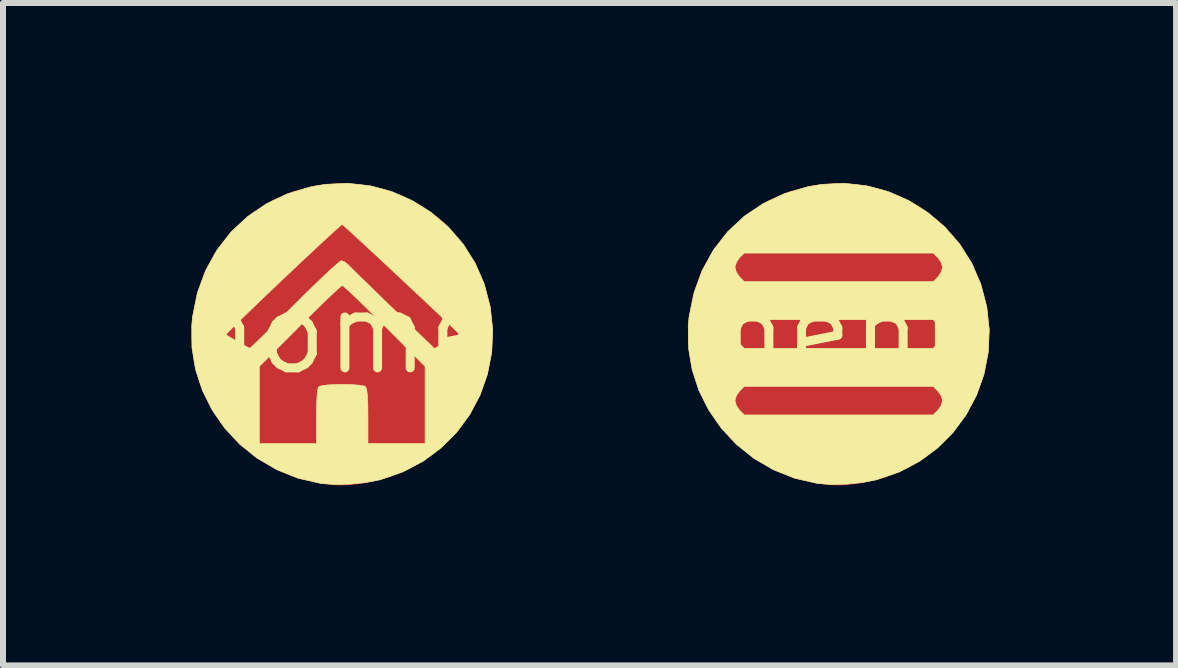
<source format=kicad_pcb>
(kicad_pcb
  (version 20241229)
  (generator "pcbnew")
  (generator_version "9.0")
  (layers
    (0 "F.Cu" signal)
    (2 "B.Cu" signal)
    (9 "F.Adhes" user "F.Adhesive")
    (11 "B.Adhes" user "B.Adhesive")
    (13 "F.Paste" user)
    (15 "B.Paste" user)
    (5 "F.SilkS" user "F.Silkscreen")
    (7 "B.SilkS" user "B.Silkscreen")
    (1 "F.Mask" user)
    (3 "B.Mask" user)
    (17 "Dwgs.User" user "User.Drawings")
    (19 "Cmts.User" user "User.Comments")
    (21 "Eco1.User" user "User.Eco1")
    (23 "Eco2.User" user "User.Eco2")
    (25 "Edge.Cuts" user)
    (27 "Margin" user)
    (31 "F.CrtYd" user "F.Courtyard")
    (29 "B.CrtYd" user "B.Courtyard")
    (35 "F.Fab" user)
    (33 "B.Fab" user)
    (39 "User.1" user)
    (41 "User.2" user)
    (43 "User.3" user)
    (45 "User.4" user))
  (footprint "home"
    (layer "F.Cu")
    (at 2.638 2.501)
    (property "Reference" "home" (at 0 0 0) (layer "F.SilkS") (effects (font (size 1.27 1.27) (thickness 0.15))))
    (attr through_hole)
    (fp_poly (pts (xy 0.487 -2.454) (xy 0.847 -2.356) (xy 1.187 -2.206) (xy 1.503 -2.008) (xy 1.786 -1.766) (xy 2.032 -1.483) (xy 2.233 -1.164) (xy 2.383 -0.818) (xy 2.483 -0.433) (xy 2.524 -0.05) (xy 2.507 0.326) (xy 2.436 0.69) (xy 2.313 1.036) (xy 2.142 1.359) (xy 1.925 1.654) (xy 1.665 1.915) (xy 1.365 2.137) (xy 1.027 2.315) (xy 0.656 2.443) (xy 0.642 2.447) (xy 0.407 2.492) (xy 0.148 2.518) (xy -0.11 2.524) (xy -0.338 2.507) (xy -0.349 2.505) (xy -0.726 2.418) (xy -1.077 2.277) (xy -1.4 2.088) (xy -1.688 1.857) (xy -1.94 1.588) (xy -2.15 1.286) (xy -2.314 0.958) (xy -2.429 0.609) (xy -2.438 0.555) (xy -1.365 0.555) (xy -1.365 1.841) (xy -0.413 1.841) (xy -0.413 1.387) (xy -0.41 1.176) (xy -0.403 1.025) (xy -0.39 0.931) (xy -0.375 0.895) (xy -0.325 0.878) (xy -0.229 0.865) (xy -0.103 0.858) (xy 0.038 0.856) (xy 0.176 0.86) (xy 0.295 0.868) (xy 0.378 0.882) (xy 0.406 0.895) (xy 0.424 0.942) (xy 0.436 1.045) (xy 0.443 1.206) (xy 0.445 1.387) (xy 0.445 1.841) (xy 1.397 1.841) (xy 1.397 0.556) (xy 0.723 -0.119) (xy 0.552 -0.288) (xy 0.396 -0.442) (xy 0.259 -0.575) (xy 0.147 -0.681) (xy 0.066 -0.755) (xy 0.022 -0.791) (xy 0.016 -0.794) (xy -0.013 -0.772) (xy -0.082 -0.711) (xy -0.183 -0.616) (xy -0.312 -0.492) (xy -0.463 -0.345) (xy -0.629 -0.18) (xy -0.69 -0.119) (xy -1.365 0.555) (xy -2.438 0.555) (xy -2.489 0.243) (xy -2.491 0.026) (xy -1.921 0.026) (xy -1.886 0.051) (xy -1.814 0.094) (xy -1.724 0.146) (xy -1.634 0.197) (xy -1.562 0.236) (xy -1.525 0.253) (xy -1.524 0.253) (xy -1.498 0.232) (xy -1.433 0.17) (xy -1.335 0.075) (xy -1.207 -0.05) (xy -1.057 -0.199) (xy -0.888 -0.366) (xy -0.778 -0.476) (xy -0.6 -0.653) (xy -0.434 -0.814) (xy -0.287 -0.955) (xy -0.164 -1.069) (xy -0.071 -1.152) (xy -0.013 -1.199) (xy 0.003 -1.206) (xy 0.06 -1.184) (xy 0.114 -1.139) (xy 0.152 -1.101) (xy 0.229 -1.024) (xy 0.339 -0.916) (xy 0.477 -0.782) (xy 0.635 -0.628) (xy 0.807 -0.461) (xy 0.864 -0.407) (xy 1.553 0.259) (xy 1.761 0.143) (xy 1.86 0.086) (xy 1.934 0.042) (xy 1.968 0.019) (xy 1.968 0.018) (xy 1.946 -0.006) (xy 1.883 -0.068) (xy 1.785 -0.162) (xy 1.659 -0.282) (xy 1.509 -0.424) (xy 1.342 -0.581) (xy 1.163 -0.749) (xy 0.979 -0.921) (xy 0.796 -1.093) (xy 0.619 -1.258) (xy 0.454 -1.411) (xy 0.307 -1.547) (xy 0.183 -1.661) (xy 0.09 -1.746) (xy 0.032 -1.797) (xy 0.016 -1.81) (xy -0.012 -1.789) (xy -0.08 -1.73) (xy -0.181 -1.638) (xy -0.311 -1.519) (xy -0.462 -1.378) (xy -0.629 -1.222) (xy -0.807 -1.054) (xy -0.99 -0.881) (xy -1.171 -0.709) (xy -1.345 -0.543) (xy -1.507 -0.387) (xy -1.65 -0.249) (xy -1.768 -0.133) (xy -1.857 -0.045) (xy -1.909 0.01) (xy -1.921 0.026) (xy -2.491 0.026) (xy -2.492 -0.134) (xy -2.478 -0.273) (xy -2.396 -0.675) (xy -2.259 -1.046) (xy -2.072 -1.384) (xy -1.838 -1.684) (xy -1.561 -1.943) (xy -1.245 -2.157) (xy -0.893 -2.323) (xy -0.509 -2.437) (xy -0.266 -2.479) (xy 0.114 -2.496) (xy 0.487 -2.454)) (stroke (width 0.01) (type solid)) (fill yes) (layer "F.SilkS"))
    (pad "1" smd custom (at 0 2) (size 0.5 0.5) (layers "F.Cu") (options (anchor rect)) (primitives (gr_poly (pts (xy 0.304 -4.477) (xy 0.667 -4.408) (xy 1.019 -4.284) (xy 1.354 -4.107) (xy 1.664 -3.876) (xy 1.79 -3.758) (xy 2.045 -3.461) (xy 2.245 -3.136) (xy 2.392 -2.791) (xy 2.485 -2.432) (xy 2.524 -2.065) (xy 2.509 -1.696) (xy 2.439 -1.333) (xy 2.316 -0.981) (xy 2.139 -0.646) (xy 1.908 -0.336) (xy 1.79 -0.21) (xy 1.49 0.045) (xy 1.154 0.251) (xy 0.79 0.402) (xy 0.405 0.496) (xy 0.339 0.506) (xy 0.153 0.528) (xy -0.003 0.535) (xy -0.158 0.527) (xy -0.333 0.505) (xy -0.707 0.421) (xy -1.066 0.278) (xy -1.403 0.081) (xy -1.708 -0.167) (xy -1.749 -0.206) (xy -2.006 -0.503) (xy -2.209 -0.827) (xy -2.358 -1.171) (xy -2.452 -1.529) (xy -2.493 -1.896) (xy -2.479 -2.264) (xy -2.411 -2.627) (xy -2.289 -2.979) (xy -2.113 -3.314) (xy -1.882 -3.625) (xy -1.758 -3.758) (xy -1.461 -4.013) (xy -1.136 -4.214) (xy -0.791 -4.361) (xy -0.432 -4.453) (xy -0.065 -4.492) (xy 0.304 -4.477)) (width 0.01) (fill yes)))))
  (footprint "menu"
    (layer "F.Cu")
    (at 10.914 2.501)
    (property "Reference" "menu" (at 0 0 0) (layer "F.SilkS") (effects (font (size 1.27 1.27) (thickness 0.15))))
    (attr through_hole)
    (fp_poly (pts (xy 0.487 -2.454) (xy 0.846 -2.357) (xy 1.186 -2.207) (xy 1.501 -2.009) (xy 1.784 -1.768) (xy 2.03 -1.486) (xy 2.231 -1.168) (xy 2.383 -0.818) (xy 2.483 -0.433) (xy 2.524 -0.05) (xy 2.507 0.326) (xy 2.436 0.69) (xy 2.313 1.036) (xy 2.142 1.359) (xy 1.925 1.654) (xy 1.665 1.915) (xy 1.365 2.137) (xy 1.027 2.315) (xy 0.656 2.443) (xy 0.642 2.447) (xy 0.407 2.492) (xy 0.148 2.518) (xy -0.11 2.524) (xy -0.338 2.507) (xy -0.349 2.505) (xy -0.725 2.418) (xy -1.077 2.277) (xy -1.399 2.089) (xy -1.687 1.858) (xy -1.939 1.589) (xy -2.149 1.288) (xy -2.23 1.127) (xy -1.714 1.127) (xy -1.692 1.206) (xy -1.639 1.285) (xy -1.637 1.287) (xy -1.559 1.365) (xy 1.59 1.365) (xy 1.668 1.287) (xy 1.722 1.21) (xy 1.746 1.13) (xy 1.746 1.127) (xy 1.724 1.048) (xy 1.671 0.97) (xy 1.668 0.967) (xy 1.59 0.889) (xy -1.559 0.889) (xy -1.637 0.967) (xy -1.691 1.044) (xy -1.714 1.124) (xy -1.714 1.127) (xy -2.23 1.127) (xy -2.313 0.961) (xy -2.428 0.612) (xy -2.489 0.247) (xy -2.491 0.016) (xy -1.714 0.016) (xy -1.692 0.095) (xy -1.639 0.173) (xy -1.637 0.176) (xy -1.559 0.254) (xy 1.59 0.254) (xy 1.668 0.176) (xy 1.722 0.099) (xy 1.746 0.019) (xy 1.746 0.016) (xy 1.724 -0.063) (xy 1.671 -0.142) (xy 1.668 -0.144) (xy 1.59 -0.222) (xy -1.559 -0.222) (xy -1.637 -0.144) (xy -1.691 -0.067) (xy -1.714 0.013) (xy -1.714 0.016) (xy -2.491 0.016) (xy -2.493 -0.128) (xy -2.478 -0.273) (xy -2.394 -0.678) (xy -2.257 -1.051) (xy -2.232 -1.095) (xy -1.714 -1.095) (xy -1.692 -1.016) (xy -1.639 -0.938) (xy -1.637 -0.935) (xy -1.559 -0.857) (xy 1.59 -0.857) (xy 1.668 -0.935) (xy 1.722 -1.013) (xy 1.746 -1.092) (xy 1.746 -1.095) (xy 1.724 -1.175) (xy 1.671 -1.253) (xy 1.668 -1.256) (xy 1.59 -1.333) (xy -1.559 -1.333) (xy -1.637 -1.256) (xy -1.691 -1.178) (xy -1.714 -1.098) (xy -1.714 -1.095) (xy -2.232 -1.095) (xy -2.07 -1.389) (xy -1.836 -1.689) (xy -1.559 -1.947) (xy -1.241 -2.16) (xy -0.888 -2.325) (xy -0.501 -2.438) (xy -0.264 -2.479) (xy 0.115 -2.496) (xy 0.487 -2.454)) (stroke (width 0.01) (type solid)) (fill yes) (layer "F.SilkS"))
    (pad "1" smd custom (at 0.5 0) (size 1.524 1.524) (layers "F.Cu") (options (anchor rect)) (primitives (gr_poly (pts (xy -0.196 -2.477) (xy 0.167 -2.408) (xy 0.519 -2.284) (xy 0.854 -2.107) (xy 1.164 -1.876) (xy 1.29 -1.758) (xy 1.545 -1.461) (xy 1.745 -1.136) (xy 1.892 -0.791) (xy 1.985 -0.432) (xy 2.024 -0.065) (xy 2.009 0.304) (xy 1.939 0.667) (xy 1.816 1.019) (xy 1.639 1.354) (xy 1.408 1.664) (xy 1.29 1.79) (xy 0.99 2.045) (xy 0.654 2.251) (xy 0.29 2.402) (xy -0.095 2.496) (xy -0.161 2.506) (xy -0.347 2.528) (xy -0.503 2.535) (xy -0.658 2.527) (xy -0.833 2.505) (xy -1.207 2.421) (xy -1.566 2.278) (xy -1.903 2.081) (xy -2.208 1.833) (xy -2.249 1.794) (xy -2.506 1.497) (xy -2.709 1.173) (xy -2.858 0.829) (xy -2.952 0.471) (xy -2.993 0.104) (xy -2.979 -0.264) (xy -2.911 -0.627) (xy -2.789 -0.979) (xy -2.613 -1.314) (xy -2.382 -1.625) (xy -2.258 -1.758) (xy -1.961 -2.013) (xy -1.636 -2.214) (xy -1.291 -2.361) (xy -0.932 -2.453) (xy -0.565 -2.492) (xy -0.196 -2.477)) (width 0.01) (fill yes)))))
  (gr_rect
    (start -3 -3)
    (end 16.552 8.041)
    (stroke (width 0.1) (type default))
    (fill no)
    (layer "Edge.Cuts")))
</source>
